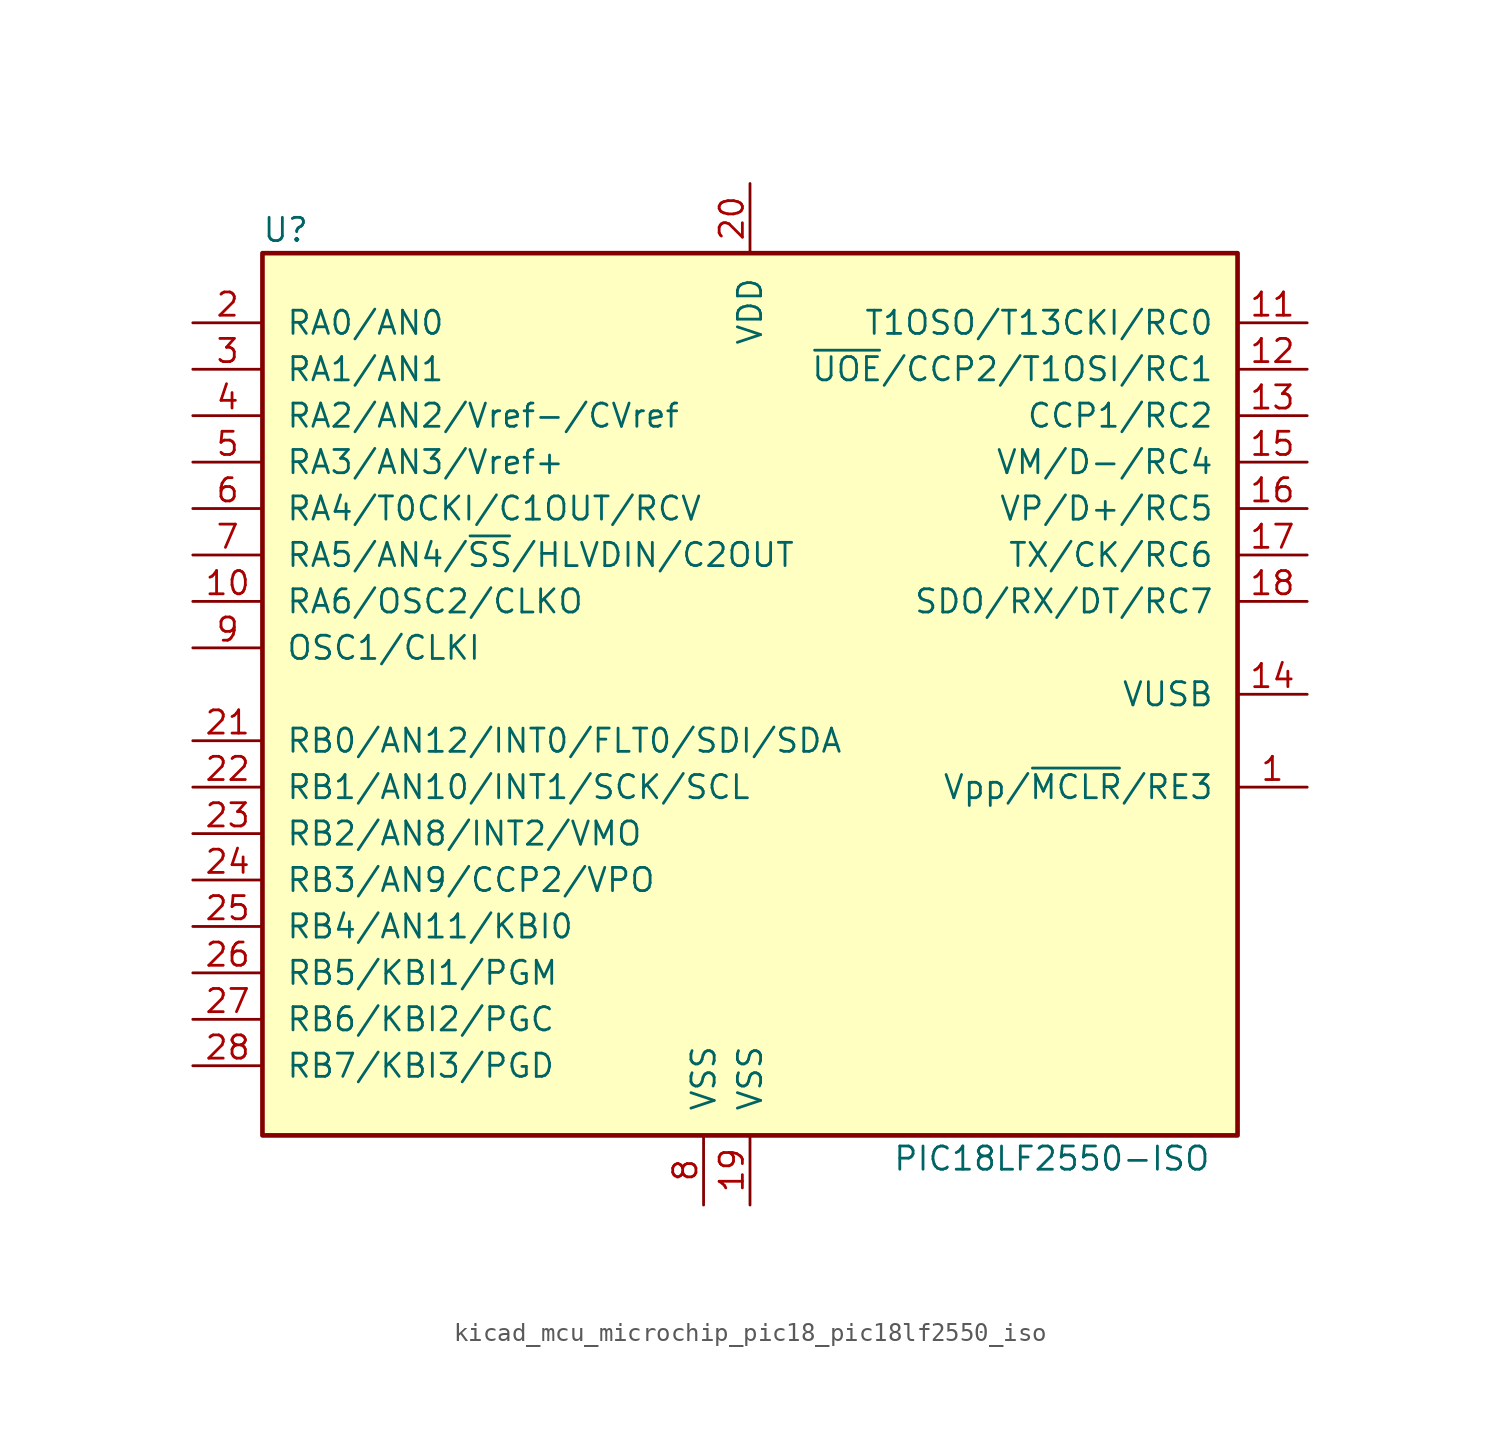
<source format=kicad_sym>
(kicad_symbol_lib
  (version 20220914)
  (generator kicad_symbol_editor)
  (symbol "kicad_mcu_microchip_pic18_pic18lf2550_iso"
    (pin_names
      (offset 1.27))
    (property "Reference" "U"
      (at -25.4 25.4 0)
      (effects (font (size 1.27 1.27))))
    (property "Value" "PIC18LF2550-ISO"
      (at 16.51 -25.4 0)
      (effects (font (size 1.27 1.27))))
    (symbol "kicad_mcu_microchip_pic18_pic18lf2550_iso_0_1"
      (rectangle (start -26.67 24.13) (end 26.67 -24.13) (stroke (width 0.254) (type default)) (fill (type background))))
    (symbol "kicad_mcu_microchip_pic18_pic18lf2550_iso_1_1"
      (pin input line (at 30.48 -5.08 180) (length 3.81) (name "Vpp/~{MCLR}/RE3" (effects (font (size 1.27 1.27)))) (number "1" (effects (font (size 1.27 1.27)))))
      (pin output line (at -30.48 5.08 0) (length 3.81) (name "RA6/OSC2/CLKO" (effects (font (size 1.27 1.27)))) (number "10" (effects (font (size 1.27 1.27)))))
      (pin bidirectional line (at 30.48 20.32 180) (length 3.81) (name "T1OSO/T13CKI/RC0" (effects (font (size 1.27 1.27)))) (number "11" (effects (font (size 1.27 1.27)))))
      (pin bidirectional line (at 30.48 17.78 180) (length 3.81) (name "~{UOE}/CCP2/T1OSI/RC1" (effects (font (size 1.27 1.27)))) (number "12" (effects (font (size 1.27 1.27)))))
      (pin bidirectional line (at 30.48 15.24 180) (length 3.81) (name "CCP1/RC2" (effects (font (size 1.27 1.27)))) (number "13" (effects (font (size 1.27 1.27)))))
      (pin bidirectional line (at 30.48 0 180) (length 3.81) (name "VUSB" (effects (font (size 1.27 1.27)))) (number "14" (effects (font (size 1.27 1.27)))))
      (pin bidirectional line (at 30.48 12.7 180) (length 3.81) (name "VM/D-/RC4" (effects (font (size 1.27 1.27)))) (number "15" (effects (font (size 1.27 1.27)))))
      (pin bidirectional line (at 30.48 10.16 180) (length 3.81) (name "VP/D+/RC5" (effects (font (size 1.27 1.27)))) (number "16" (effects (font (size 1.27 1.27)))))
      (pin bidirectional line (at 30.48 7.62 180) (length 3.81) (name "TX/CK/RC6" (effects (font (size 1.27 1.27)))) (number "17" (effects (font (size 1.27 1.27)))))
      (pin bidirectional line (at 30.48 5.08 180) (length 3.81) (name "SDO/RX/DT/RC7" (effects (font (size 1.27 1.27)))) (number "18" (effects (font (size 1.27 1.27)))))
      (pin power_in line (at 0 -27.94 90) (length 3.81) (name "VSS" (effects (font (size 1.27 1.27)))) (number "19" (effects (font (size 1.27 1.27)))))
      (pin bidirectional line (at -30.48 20.32 0) (length 3.81) (name "RA0/AN0" (effects (font (size 1.27 1.27)))) (number "2" (effects (font (size 1.27 1.27)))))
      (pin power_in line (at 0 27.94 270) (length 3.81) (name "VDD" (effects (font (size 1.27 1.27)))) (number "20" (effects (font (size 1.27 1.27)))))
      (pin bidirectional line (at -30.48 -2.54 0) (length 3.81) (name "RB0/AN12/INT0/FLT0/SDI/SDA" (effects (font (size 1.27 1.27)))) (number "21" (effects (font (size 1.27 1.27)))))
      (pin bidirectional line (at -30.48 -5.08 0) (length 3.81) (name "RB1/AN10/INT1/SCK/SCL" (effects (font (size 1.27 1.27)))) (number "22" (effects (font (size 1.27 1.27)))))
      (pin bidirectional line (at -30.48 -7.62 0) (length 3.81) (name "RB2/AN8/INT2/VMO" (effects (font (size 1.27 1.27)))) (number "23" (effects (font (size 1.27 1.27)))))
      (pin bidirectional line (at -30.48 -10.16 0) (length 3.81) (name "RB3/AN9/CCP2/VPO" (effects (font (size 1.27 1.27)))) (number "24" (effects (font (size 1.27 1.27)))))
      (pin bidirectional line (at -30.48 -12.7 0) (length 3.81) (name "RB4/AN11/KBI0" (effects (font (size 1.27 1.27)))) (number "25" (effects (font (size 1.27 1.27)))))
      (pin bidirectional line (at -30.48 -15.24 0) (length 3.81) (name "RB5/KBI1/PGM" (effects (font (size 1.27 1.27)))) (number "26" (effects (font (size 1.27 1.27)))))
      (pin bidirectional line (at -30.48 -17.78 0) (length 3.81) (name "RB6/KBI2/PGC" (effects (font (size 1.27 1.27)))) (number "27" (effects (font (size 1.27 1.27)))))
      (pin bidirectional line (at -30.48 -20.32 0) (length 3.81) (name "RB7/KBI3/PGD" (effects (font (size 1.27 1.27)))) (number "28" (effects (font (size 1.27 1.27)))))
      (pin bidirectional line (at -30.48 17.78 0) (length 3.81) (name "RA1/AN1" (effects (font (size 1.27 1.27)))) (number "3" (effects (font (size 1.27 1.27)))))
      (pin bidirectional line (at -30.48 15.24 0) (length 3.81) (name "RA2/AN2/Vref-/CVref" (effects (font (size 1.27 1.27)))) (number "4" (effects (font (size 1.27 1.27)))))
      (pin bidirectional line (at -30.48 12.7 0) (length 3.81) (name "RA3/AN3/Vref+" (effects (font (size 1.27 1.27)))) (number "5" (effects (font (size 1.27 1.27)))))
      (pin bidirectional line (at -30.48 10.16 0) (length 3.81) (name "RA4/T0CKI/C1OUT/RCV" (effects (font (size 1.27 1.27)))) (number "6" (effects (font (size 1.27 1.27)))))
      (pin bidirectional line (at -30.48 7.62 0) (length 3.81) (name "RA5/AN4/~{SS}/HLVDIN/C2OUT" (effects (font (size 1.27 1.27)))) (number "7" (effects (font (size 1.27 1.27)))))
      (pin power_in line (at -2.54 -27.94 90) (length 3.81) (name "VSS" (effects (font (size 1.27 1.27)))) (number "8" (effects (font (size 1.27 1.27)))))
      (pin input line (at -30.48 2.54 0) (length 3.81) (name "OSC1/CLKI" (effects (font (size 1.27 1.27)))) (number "9" (effects (font (size 1.27 1.27))))))))
</source>
